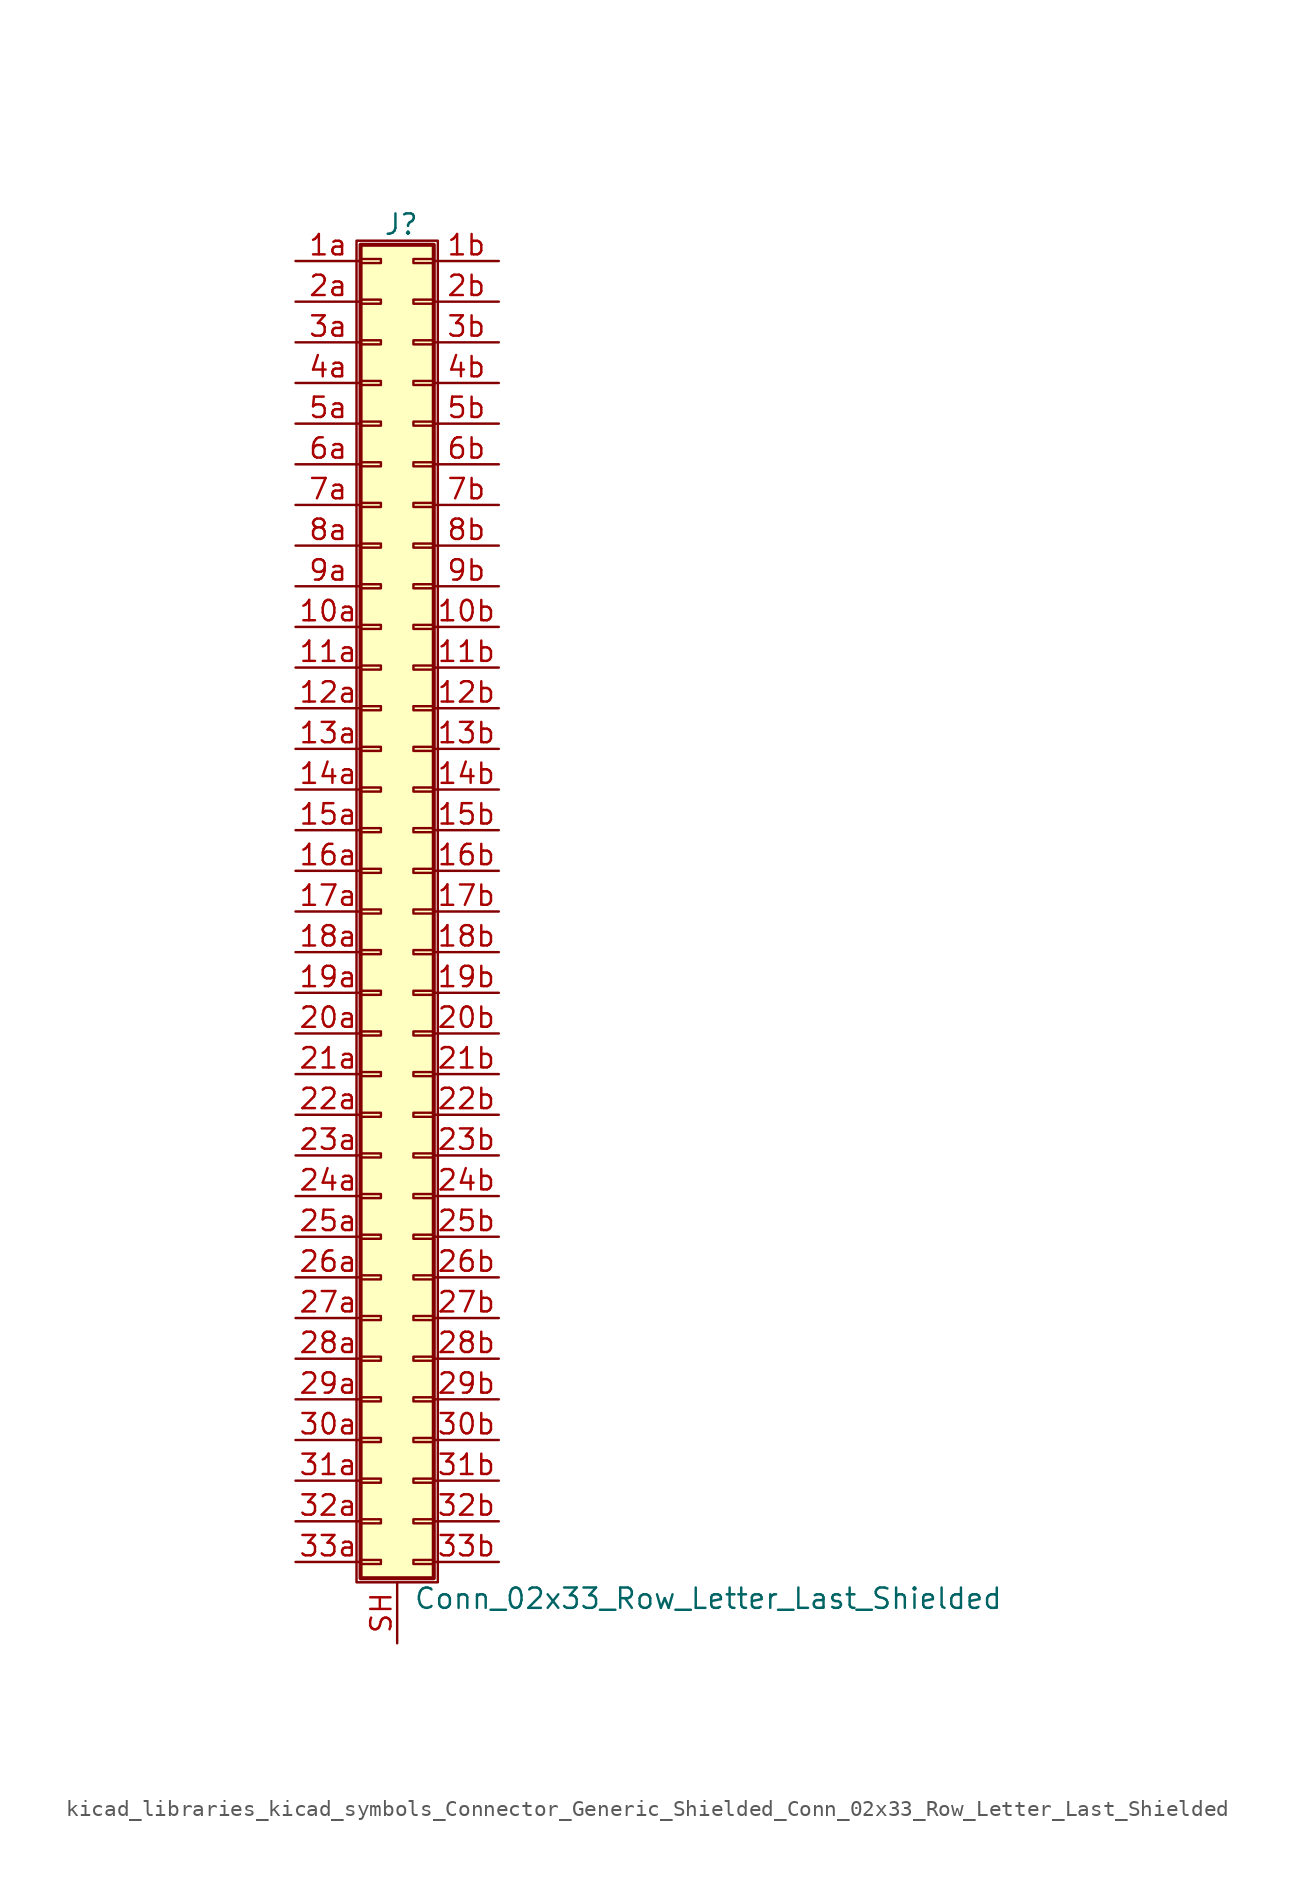
<source format=kicad_sym>
(kicad_symbol_lib
  (version 20220914)
  (generator kicad_symbol_editor)
  (symbol "kicad_libraries_kicad_symbols_Connector_Generic_Shielded_Conn_02x33_Row_Letter_Last_Shielded"
    (pin_names
      (offset 1.016) hide)
    (property "Reference" "J"
      (at 1.524 42.926 0)
      (effects (font (size 1.27 1.27))))
    (property "Value" "Conn_02x33_Row_Letter_Last_Shielded"
      (at 2.286 -42.926 0)
      (effects (font (size 1.27 1.27)) (justify left)))
    (symbol "kicad_libraries_kicad_symbols_Connector_Generic_Shielded_Conn_02x33_Row_Letter_Last_Shielded_1_1"
      (rectangle (start -1.27 41.91) (end 3.81 -41.91) (stroke (width 0.152) (type default)) (fill (type none)))
      (rectangle (start -1.016 -40.513) (end 0.254 -40.767) (stroke (width 0.152) (type default)) (fill (type none)))
      (rectangle (start -1.016 -37.973) (end 0.254 -38.227) (stroke (width 0.152) (type default)) (fill (type none)))
      (rectangle (start -1.016 -35.433) (end 0.254 -35.687) (stroke (width 0.152) (type default)) (fill (type none)))
      (rectangle (start -1.016 -32.893) (end 0.254 -33.147) (stroke (width 0.152) (type default)) (fill (type none)))
      (rectangle (start -1.016 -30.353) (end 0.254 -30.607) (stroke (width 0.152) (type default)) (fill (type none)))
      (rectangle (start -1.016 -27.813) (end 0.254 -28.067) (stroke (width 0.152) (type default)) (fill (type none)))
      (rectangle (start -1.016 -25.273) (end 0.254 -25.527) (stroke (width 0.152) (type default)) (fill (type none)))
      (rectangle (start -1.016 -22.733) (end 0.254 -22.987) (stroke (width 0.152) (type default)) (fill (type none)))
      (rectangle (start -1.016 -20.193) (end 0.254 -20.447) (stroke (width 0.152) (type default)) (fill (type none)))
      (rectangle (start -1.016 -17.653) (end 0.254 -17.907) (stroke (width 0.152) (type default)) (fill (type none)))
      (rectangle (start -1.016 -15.113) (end 0.254 -15.367) (stroke (width 0.152) (type default)) (fill (type none)))
      (rectangle (start -1.016 -12.573) (end 0.254 -12.827) (stroke (width 0.152) (type default)) (fill (type none)))
      (rectangle (start -1.016 -10.033) (end 0.254 -10.287) (stroke (width 0.152) (type default)) (fill (type none)))
      (rectangle (start -1.016 -7.493) (end 0.254 -7.747) (stroke (width 0.152) (type default)) (fill (type none)))
      (rectangle (start -1.016 -4.953) (end 0.254 -5.207) (stroke (width 0.152) (type default)) (fill (type none)))
      (rectangle (start -1.016 -2.413) (end 0.254 -2.667) (stroke (width 0.152) (type default)) (fill (type none)))
      (rectangle (start -1.016 0.127) (end 0.254 -0.127) (stroke (width 0.152) (type default)) (fill (type none)))
      (rectangle (start -1.016 2.667) (end 0.254 2.413) (stroke (width 0.152) (type default)) (fill (type none)))
      (rectangle (start -1.016 5.207) (end 0.254 4.953) (stroke (width 0.152) (type default)) (fill (type none)))
      (rectangle (start -1.016 7.747) (end 0.254 7.493) (stroke (width 0.152) (type default)) (fill (type none)))
      (rectangle (start -1.016 10.287) (end 0.254 10.033) (stroke (width 0.152) (type default)) (fill (type none)))
      (rectangle (start -1.016 12.827) (end 0.254 12.573) (stroke (width 0.152) (type default)) (fill (type none)))
      (rectangle (start -1.016 15.367) (end 0.254 15.113) (stroke (width 0.152) (type default)) (fill (type none)))
      (rectangle (start -1.016 17.907) (end 0.254 17.653) (stroke (width 0.152) (type default)) (fill (type none)))
      (rectangle (start -1.016 20.447) (end 0.254 20.193) (stroke (width 0.152) (type default)) (fill (type none)))
      (rectangle (start -1.016 22.987) (end 0.254 22.733) (stroke (width 0.152) (type default)) (fill (type none)))
      (rectangle (start -1.016 25.527) (end 0.254 25.273) (stroke (width 0.152) (type default)) (fill (type none)))
      (rectangle (start -1.016 28.067) (end 0.254 27.813) (stroke (width 0.152) (type default)) (fill (type none)))
      (rectangle (start -1.016 30.607) (end 0.254 30.353) (stroke (width 0.152) (type default)) (fill (type none)))
      (rectangle (start -1.016 33.147) (end 0.254 32.893) (stroke (width 0.152) (type default)) (fill (type none)))
      (rectangle (start -1.016 35.687) (end 0.254 35.433) (stroke (width 0.152) (type default)) (fill (type none)))
      (rectangle (start -1.016 38.227) (end 0.254 37.973) (stroke (width 0.152) (type default)) (fill (type none)))
      (rectangle (start -1.016 40.767) (end 0.254 40.513) (stroke (width 0.152) (type default)) (fill (type none)))
      (rectangle (start -1.016 41.656) (end 3.556 -41.656) (stroke (width 0.254) (type default)) (fill (type background)))
      (rectangle (start 3.556 -40.513) (end 2.286 -40.767) (stroke (width 0.152) (type default)) (fill (type none)))
      (rectangle (start 3.556 -37.973) (end 2.286 -38.227) (stroke (width 0.152) (type default)) (fill (type none)))
      (rectangle (start 3.556 -35.433) (end 2.286 -35.687) (stroke (width 0.152) (type default)) (fill (type none)))
      (rectangle (start 3.556 -32.893) (end 2.286 -33.147) (stroke (width 0.152) (type default)) (fill (type none)))
      (rectangle (start 3.556 -30.353) (end 2.286 -30.607) (stroke (width 0.152) (type default)) (fill (type none)))
      (rectangle (start 3.556 -27.813) (end 2.286 -28.067) (stroke (width 0.152) (type default)) (fill (type none)))
      (rectangle (start 3.556 -25.273) (end 2.286 -25.527) (stroke (width 0.152) (type default)) (fill (type none)))
      (rectangle (start 3.556 -22.733) (end 2.286 -22.987) (stroke (width 0.152) (type default)) (fill (type none)))
      (rectangle (start 3.556 -20.193) (end 2.286 -20.447) (stroke (width 0.152) (type default)) (fill (type none)))
      (rectangle (start 3.556 -17.653) (end 2.286 -17.907) (stroke (width 0.152) (type default)) (fill (type none)))
      (rectangle (start 3.556 -15.113) (end 2.286 -15.367) (stroke (width 0.152) (type default)) (fill (type none)))
      (rectangle (start 3.556 -12.573) (end 2.286 -12.827) (stroke (width 0.152) (type default)) (fill (type none)))
      (rectangle (start 3.556 -10.033) (end 2.286 -10.287) (stroke (width 0.152) (type default)) (fill (type none)))
      (rectangle (start 3.556 -7.493) (end 2.286 -7.747) (stroke (width 0.152) (type default)) (fill (type none)))
      (rectangle (start 3.556 -4.953) (end 2.286 -5.207) (stroke (width 0.152) (type default)) (fill (type none)))
      (rectangle (start 3.556 -2.413) (end 2.286 -2.667) (stroke (width 0.152) (type default)) (fill (type none)))
      (rectangle (start 3.556 0.127) (end 2.286 -0.127) (stroke (width 0.152) (type default)) (fill (type none)))
      (rectangle (start 3.556 2.667) (end 2.286 2.413) (stroke (width 0.152) (type default)) (fill (type none)))
      (rectangle (start 3.556 5.207) (end 2.286 4.953) (stroke (width 0.152) (type default)) (fill (type none)))
      (rectangle (start 3.556 7.747) (end 2.286 7.493) (stroke (width 0.152) (type default)) (fill (type none)))
      (rectangle (start 3.556 10.287) (end 2.286 10.033) (stroke (width 0.152) (type default)) (fill (type none)))
      (rectangle (start 3.556 12.827) (end 2.286 12.573) (stroke (width 0.152) (type default)) (fill (type none)))
      (rectangle (start 3.556 15.367) (end 2.286 15.113) (stroke (width 0.152) (type default)) (fill (type none)))
      (rectangle (start 3.556 17.907) (end 2.286 17.653) (stroke (width 0.152) (type default)) (fill (type none)))
      (rectangle (start 3.556 20.447) (end 2.286 20.193) (stroke (width 0.152) (type default)) (fill (type none)))
      (rectangle (start 3.556 22.987) (end 2.286 22.733) (stroke (width 0.152) (type default)) (fill (type none)))
      (rectangle (start 3.556 25.527) (end 2.286 25.273) (stroke (width 0.152) (type default)) (fill (type none)))
      (rectangle (start 3.556 28.067) (end 2.286 27.813) (stroke (width 0.152) (type default)) (fill (type none)))
      (rectangle (start 3.556 30.607) (end 2.286 30.353) (stroke (width 0.152) (type default)) (fill (type none)))
      (rectangle (start 3.556 33.147) (end 2.286 32.893) (stroke (width 0.152) (type default)) (fill (type none)))
      (rectangle (start 3.556 35.687) (end 2.286 35.433) (stroke (width 0.152) (type default)) (fill (type none)))
      (rectangle (start 3.556 38.227) (end 2.286 37.973) (stroke (width 0.152) (type default)) (fill (type none)))
      (rectangle (start 3.556 40.767) (end 2.286 40.513) (stroke (width 0.152) (type default)) (fill (type none)))
      (pin passive line (at -5.08 17.78 0) (length 4.064) (name "Pin_10a" (effects (font (size 1.27 1.27)))) (number "10a" (effects (font (size 1.27 1.27)))))
      (pin passive line (at 7.62 17.78 180) (length 4.064) (name "Pin_10b" (effects (font (size 1.27 1.27)))) (number "10b" (effects (font (size 1.27 1.27)))))
      (pin passive line (at -5.08 15.24 0) (length 4.064) (name "Pin_11a" (effects (font (size 1.27 1.27)))) (number "11a" (effects (font (size 1.27 1.27)))))
      (pin passive line (at 7.62 15.24 180) (length 4.064) (name "Pin_11b" (effects (font (size 1.27 1.27)))) (number "11b" (effects (font (size 1.27 1.27)))))
      (pin passive line (at -5.08 12.7 0) (length 4.064) (name "Pin_12a" (effects (font (size 1.27 1.27)))) (number "12a" (effects (font (size 1.27 1.27)))))
      (pin passive line (at 7.62 12.7 180) (length 4.064) (name "Pin_12b" (effects (font (size 1.27 1.27)))) (number "12b" (effects (font (size 1.27 1.27)))))
      (pin passive line (at -5.08 10.16 0) (length 4.064) (name "Pin_13a" (effects (font (size 1.27 1.27)))) (number "13a" (effects (font (size 1.27 1.27)))))
      (pin passive line (at 7.62 10.16 180) (length 4.064) (name "Pin_13b" (effects (font (size 1.27 1.27)))) (number "13b" (effects (font (size 1.27 1.27)))))
      (pin passive line (at -5.08 7.62 0) (length 4.064) (name "Pin_14a" (effects (font (size 1.27 1.27)))) (number "14a" (effects (font (size 1.27 1.27)))))
      (pin passive line (at 7.62 7.62 180) (length 4.064) (name "Pin_14b" (effects (font (size 1.27 1.27)))) (number "14b" (effects (font (size 1.27 1.27)))))
      (pin passive line (at -5.08 5.08 0) (length 4.064) (name "Pin_15a" (effects (font (size 1.27 1.27)))) (number "15a" (effects (font (size 1.27 1.27)))))
      (pin passive line (at 7.62 5.08 180) (length 4.064) (name "Pin_15b" (effects (font (size 1.27 1.27)))) (number "15b" (effects (font (size 1.27 1.27)))))
      (pin passive line (at -5.08 2.54 0) (length 4.064) (name "Pin_16a" (effects (font (size 1.27 1.27)))) (number "16a" (effects (font (size 1.27 1.27)))))
      (pin passive line (at 7.62 2.54 180) (length 4.064) (name "Pin_16b" (effects (font (size 1.27 1.27)))) (number "16b" (effects (font (size 1.27 1.27)))))
      (pin passive line (at -5.08 0 0) (length 4.064) (name "Pin_17a" (effects (font (size 1.27 1.27)))) (number "17a" (effects (font (size 1.27 1.27)))))
      (pin passive line (at 7.62 0 180) (length 4.064) (name "Pin_17b" (effects (font (size 1.27 1.27)))) (number "17b" (effects (font (size 1.27 1.27)))))
      (pin passive line (at -5.08 -2.54 0) (length 4.064) (name "Pin_18a" (effects (font (size 1.27 1.27)))) (number "18a" (effects (font (size 1.27 1.27)))))
      (pin passive line (at 7.62 -2.54 180) (length 4.064) (name "Pin_18b" (effects (font (size 1.27 1.27)))) (number "18b" (effects (font (size 1.27 1.27)))))
      (pin passive line (at -5.08 -5.08 0) (length 4.064) (name "Pin_19a" (effects (font (size 1.27 1.27)))) (number "19a" (effects (font (size 1.27 1.27)))))
      (pin passive line (at 7.62 -5.08 180) (length 4.064) (name "Pin_19b" (effects (font (size 1.27 1.27)))) (number "19b" (effects (font (size 1.27 1.27)))))
      (pin passive line (at -5.08 40.64 0) (length 4.064) (name "Pin_1a" (effects (font (size 1.27 1.27)))) (number "1a" (effects (font (size 1.27 1.27)))))
      (pin passive line (at 7.62 40.64 180) (length 4.064) (name "Pin_1b" (effects (font (size 1.27 1.27)))) (number "1b" (effects (font (size 1.27 1.27)))))
      (pin passive line (at -5.08 -7.62 0) (length 4.064) (name "Pin_20a" (effects (font (size 1.27 1.27)))) (number "20a" (effects (font (size 1.27 1.27)))))
      (pin passive line (at 7.62 -7.62 180) (length 4.064) (name "Pin_20b" (effects (font (size 1.27 1.27)))) (number "20b" (effects (font (size 1.27 1.27)))))
      (pin passive line (at -5.08 -10.16 0) (length 4.064) (name "Pin_21a" (effects (font (size 1.27 1.27)))) (number "21a" (effects (font (size 1.27 1.27)))))
      (pin passive line (at 7.62 -10.16 180) (length 4.064) (name "Pin_21b" (effects (font (size 1.27 1.27)))) (number "21b" (effects (font (size 1.27 1.27)))))
      (pin passive line (at -5.08 -12.7 0) (length 4.064) (name "Pin_22a" (effects (font (size 1.27 1.27)))) (number "22a" (effects (font (size 1.27 1.27)))))
      (pin passive line (at 7.62 -12.7 180) (length 4.064) (name "Pin_22b" (effects (font (size 1.27 1.27)))) (number "22b" (effects (font (size 1.27 1.27)))))
      (pin passive line (at -5.08 -15.24 0) (length 4.064) (name "Pin_23a" (effects (font (size 1.27 1.27)))) (number "23a" (effects (font (size 1.27 1.27)))))
      (pin passive line (at 7.62 -15.24 180) (length 4.064) (name "Pin_23b" (effects (font (size 1.27 1.27)))) (number "23b" (effects (font (size 1.27 1.27)))))
      (pin passive line (at -5.08 -17.78 0) (length 4.064) (name "Pin_24a" (effects (font (size 1.27 1.27)))) (number "24a" (effects (font (size 1.27 1.27)))))
      (pin passive line (at 7.62 -17.78 180) (length 4.064) (name "Pin_24b" (effects (font (size 1.27 1.27)))) (number "24b" (effects (font (size 1.27 1.27)))))
      (pin passive line (at -5.08 -20.32 0) (length 4.064) (name "Pin_25a" (effects (font (size 1.27 1.27)))) (number "25a" (effects (font (size 1.27 1.27)))))
      (pin passive line (at 7.62 -20.32 180) (length 4.064) (name "Pin_25b" (effects (font (size 1.27 1.27)))) (number "25b" (effects (font (size 1.27 1.27)))))
      (pin passive line (at -5.08 -22.86 0) (length 4.064) (name "Pin_26a" (effects (font (size 1.27 1.27)))) (number "26a" (effects (font (size 1.27 1.27)))))
      (pin passive line (at 7.62 -22.86 180) (length 4.064) (name "Pin_26b" (effects (font (size 1.27 1.27)))) (number "26b" (effects (font (size 1.27 1.27)))))
      (pin passive line (at -5.08 -25.4 0) (length 4.064) (name "Pin_27a" (effects (font (size 1.27 1.27)))) (number "27a" (effects (font (size 1.27 1.27)))))
      (pin passive line (at 7.62 -25.4 180) (length 4.064) (name "Pin_27b" (effects (font (size 1.27 1.27)))) (number "27b" (effects (font (size 1.27 1.27)))))
      (pin passive line (at -5.08 -27.94 0) (length 4.064) (name "Pin_28a" (effects (font (size 1.27 1.27)))) (number "28a" (effects (font (size 1.27 1.27)))))
      (pin passive line (at 7.62 -27.94 180) (length 4.064) (name "Pin_28b" (effects (font (size 1.27 1.27)))) (number "28b" (effects (font (size 1.27 1.27)))))
      (pin passive line (at -5.08 -30.48 0) (length 4.064) (name "Pin_29a" (effects (font (size 1.27 1.27)))) (number "29a" (effects (font (size 1.27 1.27)))))
      (pin passive line (at 7.62 -30.48 180) (length 4.064) (name "Pin_29b" (effects (font (size 1.27 1.27)))) (number "29b" (effects (font (size 1.27 1.27)))))
      (pin passive line (at -5.08 38.1 0) (length 4.064) (name "Pin_2a" (effects (font (size 1.27 1.27)))) (number "2a" (effects (font (size 1.27 1.27)))))
      (pin passive line (at 7.62 38.1 180) (length 4.064) (name "Pin_2b" (effects (font (size 1.27 1.27)))) (number "2b" (effects (font (size 1.27 1.27)))))
      (pin passive line (at -5.08 -33.02 0) (length 4.064) (name "Pin_30a" (effects (font (size 1.27 1.27)))) (number "30a" (effects (font (size 1.27 1.27)))))
      (pin passive line (at 7.62 -33.02 180) (length 4.064) (name "Pin_30b" (effects (font (size 1.27 1.27)))) (number "30b" (effects (font (size 1.27 1.27)))))
      (pin passive line (at -5.08 -35.56 0) (length 4.064) (name "Pin_31a" (effects (font (size 1.27 1.27)))) (number "31a" (effects (font (size 1.27 1.27)))))
      (pin passive line (at 7.62 -35.56 180) (length 4.064) (name "Pin_31b" (effects (font (size 1.27 1.27)))) (number "31b" (effects (font (size 1.27 1.27)))))
      (pin passive line (at -5.08 -38.1 0) (length 4.064) (name "Pin_32a" (effects (font (size 1.27 1.27)))) (number "32a" (effects (font (size 1.27 1.27)))))
      (pin passive line (at 7.62 -38.1 180) (length 4.064) (name "Pin_32b" (effects (font (size 1.27 1.27)))) (number "32b" (effects (font (size 1.27 1.27)))))
      (pin passive line (at -5.08 -40.64 0) (length 4.064) (name "Pin_33a" (effects (font (size 1.27 1.27)))) (number "33a" (effects (font (size 1.27 1.27)))))
      (pin passive line (at 7.62 -40.64 180) (length 4.064) (name "Pin_33b" (effects (font (size 1.27 1.27)))) (number "33b" (effects (font (size 1.27 1.27)))))
      (pin passive line (at -5.08 35.56 0) (length 4.064) (name "Pin_3a" (effects (font (size 1.27 1.27)))) (number "3a" (effects (font (size 1.27 1.27)))))
      (pin passive line (at 7.62 35.56 180) (length 4.064) (name "Pin_3b" (effects (font (size 1.27 1.27)))) (number "3b" (effects (font (size 1.27 1.27)))))
      (pin passive line (at -5.08 33.02 0) (length 4.064) (name "Pin_4a" (effects (font (size 1.27 1.27)))) (number "4a" (effects (font (size 1.27 1.27)))))
      (pin passive line (at 7.62 33.02 180) (length 4.064) (name "Pin_4b" (effects (font (size 1.27 1.27)))) (number "4b" (effects (font (size 1.27 1.27)))))
      (pin passive line (at -5.08 30.48 0) (length 4.064) (name "Pin_5a" (effects (font (size 1.27 1.27)))) (number "5a" (effects (font (size 1.27 1.27)))))
      (pin passive line (at 7.62 30.48 180) (length 4.064) (name "Pin_5b" (effects (font (size 1.27 1.27)))) (number "5b" (effects (font (size 1.27 1.27)))))
      (pin passive line (at -5.08 27.94 0) (length 4.064) (name "Pin_6a" (effects (font (size 1.27 1.27)))) (number "6a" (effects (font (size 1.27 1.27)))))
      (pin passive line (at 7.62 27.94 180) (length 4.064) (name "Pin_6b" (effects (font (size 1.27 1.27)))) (number "6b" (effects (font (size 1.27 1.27)))))
      (pin passive line (at -5.08 25.4 0) (length 4.064) (name "Pin_7a" (effects (font (size 1.27 1.27)))) (number "7a" (effects (font (size 1.27 1.27)))))
      (pin passive line (at 7.62 25.4 180) (length 4.064) (name "Pin_7b" (effects (font (size 1.27 1.27)))) (number "7b" (effects (font (size 1.27 1.27)))))
      (pin passive line (at -5.08 22.86 0) (length 4.064) (name "Pin_8a" (effects (font (size 1.27 1.27)))) (number "8a" (effects (font (size 1.27 1.27)))))
      (pin passive line (at 7.62 22.86 180) (length 4.064) (name "Pin_8b" (effects (font (size 1.27 1.27)))) (number "8b" (effects (font (size 1.27 1.27)))))
      (pin passive line (at -5.08 20.32 0) (length 4.064) (name "Pin_9a" (effects (font (size 1.27 1.27)))) (number "9a" (effects (font (size 1.27 1.27)))))
      (pin passive line (at 7.62 20.32 180) (length 4.064) (name "Pin_9b" (effects (font (size 1.27 1.27)))) (number "9b" (effects (font (size 1.27 1.27)))))
      (pin passive line (at 1.27 -45.72 90) (length 3.81) (name "Shield" (effects (font (size 1.27 1.27)))) (number "SH" (effects (font (size 1.27 1.27))))))))
</source>
